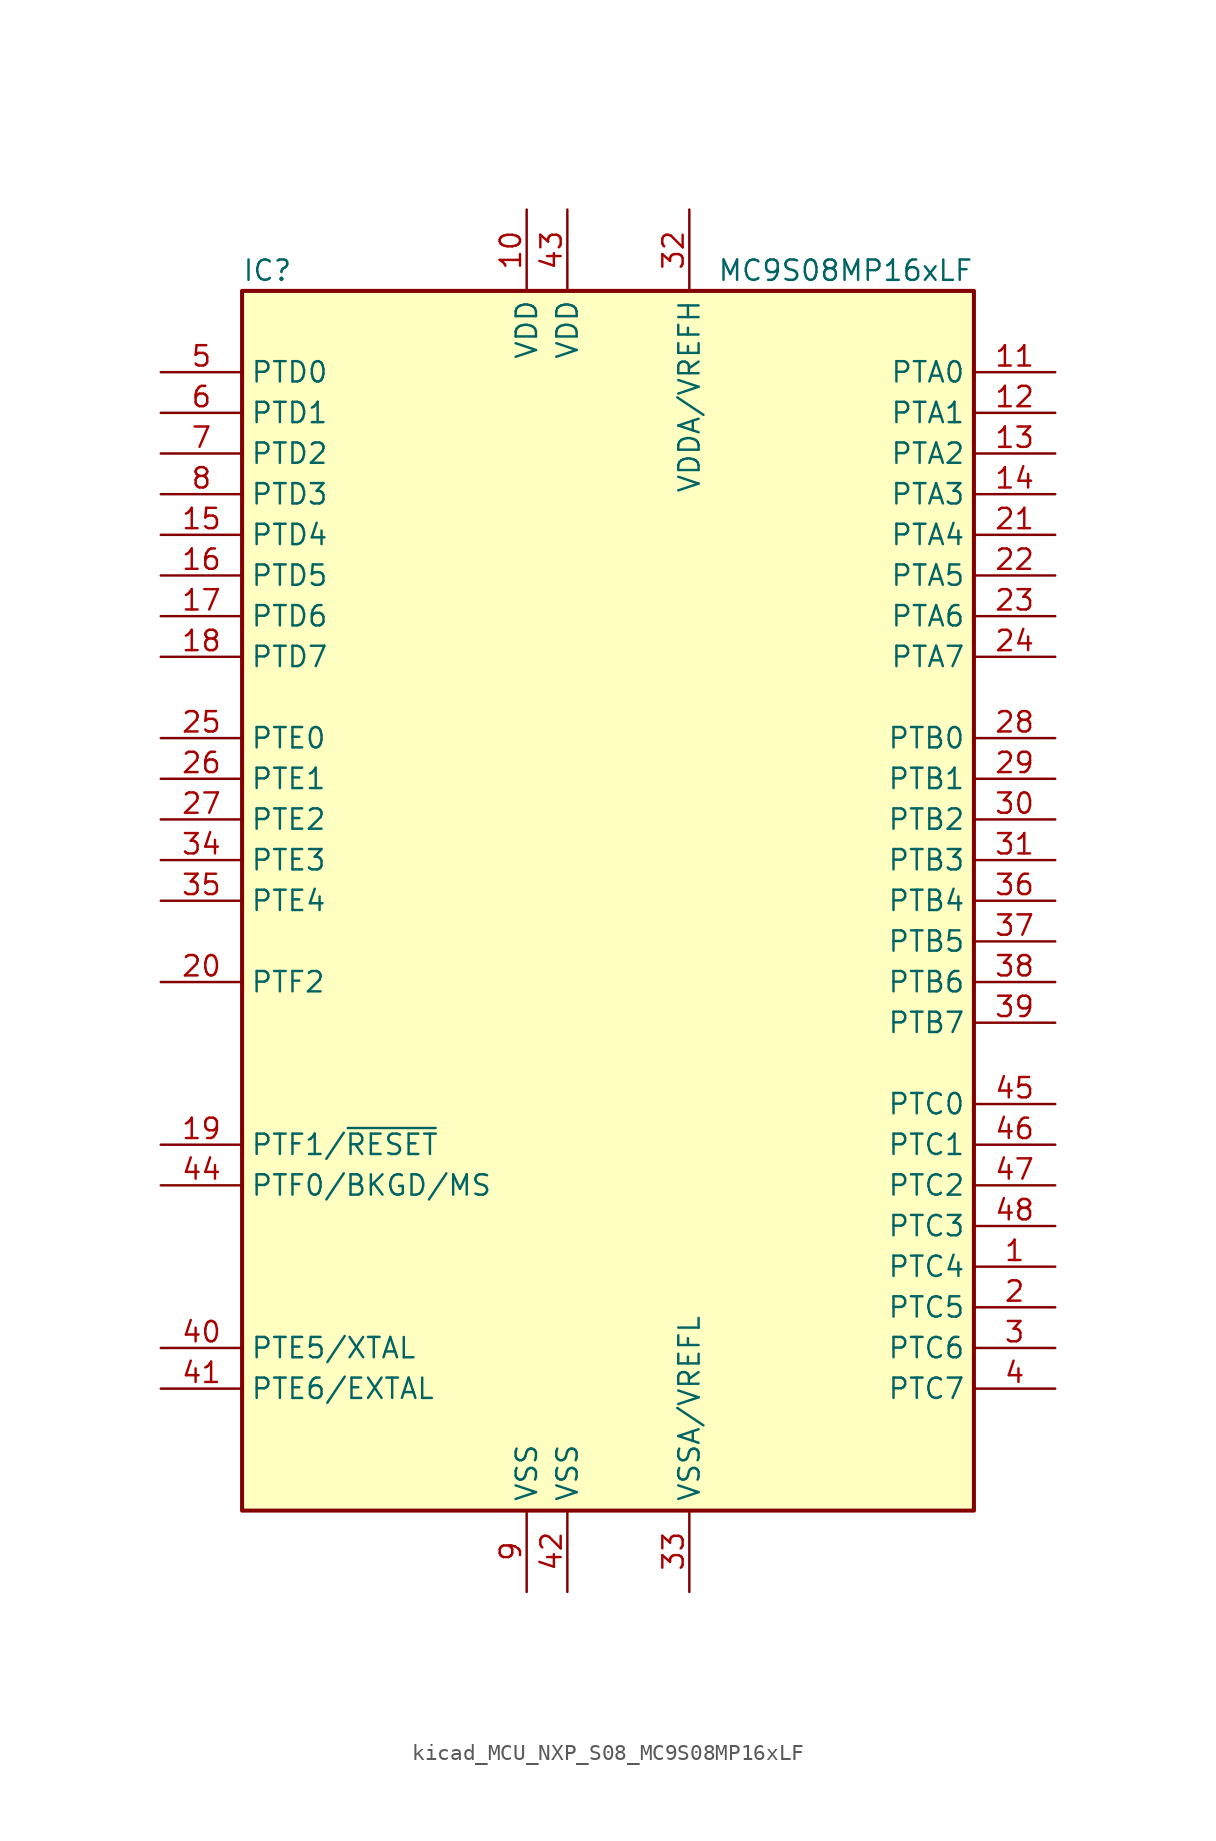
<source format=kicad_sym>
(kicad_symbol_lib
  (version 20220914)
  (generator kicad_symbol_editor)
  (symbol "kicad_MCU_NXP_S08_MC9S08MP16xLF"
    (property "Reference" "IC"
      (at -22.86 39.37 0)
      (effects (font (size 1.27 1.27)) (justify left)))
    (property "Value" "MC9S08MP16xLF"
      (at 22.86 39.37 0)
      (effects (font (size 1.27 1.27)) (justify right)))
    (symbol "kicad_MCU_NXP_S08_MC9S08MP16xLF_0_1"
      (rectangle (start -22.86 38.1) (end 22.86 -38.1) (stroke (width 0.254) (type default)) (fill (type background))))
    (symbol "kicad_MCU_NXP_S08_MC9S08MP16xLF_1_1"
      (pin bidirectional line (at 27.94 -22.86 180) (length 5.08) (name "PTC4" (effects (font (size 1.27 1.27)))) (number "1" (effects (font (size 1.27 1.27)))))
      (pin power_in line (at -5.08 43.18 270) (length 5.08) (name "VDD" (effects (font (size 1.27 1.27)))) (number "10" (effects (font (size 1.27 1.27)))))
      (pin bidirectional line (at 27.94 33.02 180) (length 5.08) (name "PTA0" (effects (font (size 1.27 1.27)))) (number "11" (effects (font (size 1.27 1.27)))))
      (pin bidirectional line (at 27.94 30.48 180) (length 5.08) (name "PTA1" (effects (font (size 1.27 1.27)))) (number "12" (effects (font (size 1.27 1.27)))))
      (pin bidirectional line (at 27.94 27.94 180) (length 5.08) (name "PTA2" (effects (font (size 1.27 1.27)))) (number "13" (effects (font (size 1.27 1.27)))))
      (pin bidirectional line (at 27.94 25.4 180) (length 5.08) (name "PTA3" (effects (font (size 1.27 1.27)))) (number "14" (effects (font (size 1.27 1.27)))))
      (pin bidirectional line (at -27.94 22.86 0) (length 5.08) (name "PTD4" (effects (font (size 1.27 1.27)))) (number "15" (effects (font (size 1.27 1.27)))))
      (pin bidirectional line (at -27.94 20.32 0) (length 5.08) (name "PTD5" (effects (font (size 1.27 1.27)))) (number "16" (effects (font (size 1.27 1.27)))))
      (pin bidirectional line (at -27.94 17.78 0) (length 5.08) (name "PTD6" (effects (font (size 1.27 1.27)))) (number "17" (effects (font (size 1.27 1.27)))))
      (pin bidirectional line (at -27.94 15.24 0) (length 5.08) (name "PTD7" (effects (font (size 1.27 1.27)))) (number "18" (effects (font (size 1.27 1.27)))))
      (pin bidirectional line (at -27.94 -15.24 0) (length 5.08) (name "PTF1/~{RESET}" (effects (font (size 1.27 1.27)))) (number "19" (effects (font (size 1.27 1.27)))))
      (pin bidirectional line (at 27.94 -25.4 180) (length 5.08) (name "PTC5" (effects (font (size 1.27 1.27)))) (number "2" (effects (font (size 1.27 1.27)))))
      (pin bidirectional line (at -27.94 -5.08 0) (length 5.08) (name "PTF2" (effects (font (size 1.27 1.27)))) (number "20" (effects (font (size 1.27 1.27)))))
      (pin bidirectional line (at 27.94 22.86 180) (length 5.08) (name "PTA4" (effects (font (size 1.27 1.27)))) (number "21" (effects (font (size 1.27 1.27)))))
      (pin bidirectional line (at 27.94 20.32 180) (length 5.08) (name "PTA5" (effects (font (size 1.27 1.27)))) (number "22" (effects (font (size 1.27 1.27)))))
      (pin bidirectional line (at 27.94 17.78 180) (length 5.08) (name "PTA6" (effects (font (size 1.27 1.27)))) (number "23" (effects (font (size 1.27 1.27)))))
      (pin bidirectional line (at 27.94 15.24 180) (length 5.08) (name "PTA7" (effects (font (size 1.27 1.27)))) (number "24" (effects (font (size 1.27 1.27)))))
      (pin bidirectional line (at -27.94 10.16 0) (length 5.08) (name "PTE0" (effects (font (size 1.27 1.27)))) (number "25" (effects (font (size 1.27 1.27)))))
      (pin bidirectional line (at -27.94 7.62 0) (length 5.08) (name "PTE1" (effects (font (size 1.27 1.27)))) (number "26" (effects (font (size 1.27 1.27)))))
      (pin bidirectional line (at -27.94 5.08 0) (length 5.08) (name "PTE2" (effects (font (size 1.27 1.27)))) (number "27" (effects (font (size 1.27 1.27)))))
      (pin bidirectional line (at 27.94 10.16 180) (length 5.08) (name "PTB0" (effects (font (size 1.27 1.27)))) (number "28" (effects (font (size 1.27 1.27)))))
      (pin bidirectional line (at 27.94 7.62 180) (length 5.08) (name "PTB1" (effects (font (size 1.27 1.27)))) (number "29" (effects (font (size 1.27 1.27)))))
      (pin bidirectional line (at 27.94 -27.94 180) (length 5.08) (name "PTC6" (effects (font (size 1.27 1.27)))) (number "3" (effects (font (size 1.27 1.27)))))
      (pin bidirectional line (at 27.94 5.08 180) (length 5.08) (name "PTB2" (effects (font (size 1.27 1.27)))) (number "30" (effects (font (size 1.27 1.27)))))
      (pin bidirectional line (at 27.94 2.54 180) (length 5.08) (name "PTB3" (effects (font (size 1.27 1.27)))) (number "31" (effects (font (size 1.27 1.27)))))
      (pin power_in line (at 5.08 43.18 270) (length 5.08) (name "VDDA/VREFH" (effects (font (size 1.27 1.27)))) (number "32" (effects (font (size 1.27 1.27)))))
      (pin power_in line (at 5.08 -43.18 90) (length 5.08) (name "VSSA/VREFL" (effects (font (size 1.27 1.27)))) (number "33" (effects (font (size 1.27 1.27)))))
      (pin bidirectional line (at -27.94 2.54 0) (length 5.08) (name "PTE3" (effects (font (size 1.27 1.27)))) (number "34" (effects (font (size 1.27 1.27)))))
      (pin bidirectional line (at -27.94 0 0) (length 5.08) (name "PTE4" (effects (font (size 1.27 1.27)))) (number "35" (effects (font (size 1.27 1.27)))))
      (pin bidirectional line (at 27.94 0 180) (length 5.08) (name "PTB4" (effects (font (size 1.27 1.27)))) (number "36" (effects (font (size 1.27 1.27)))))
      (pin bidirectional line (at 27.94 -2.54 180) (length 5.08) (name "PTB5" (effects (font (size 1.27 1.27)))) (number "37" (effects (font (size 1.27 1.27)))))
      (pin bidirectional line (at 27.94 -5.08 180) (length 5.08) (name "PTB6" (effects (font (size 1.27 1.27)))) (number "38" (effects (font (size 1.27 1.27)))))
      (pin bidirectional line (at 27.94 -7.62 180) (length 5.08) (name "PTB7" (effects (font (size 1.27 1.27)))) (number "39" (effects (font (size 1.27 1.27)))))
      (pin bidirectional line (at 27.94 -30.48 180) (length 5.08) (name "PTC7" (effects (font (size 1.27 1.27)))) (number "4" (effects (font (size 1.27 1.27)))))
      (pin bidirectional line (at -27.94 -27.94 0) (length 5.08) (name "PTE5/XTAL" (effects (font (size 1.27 1.27)))) (number "40" (effects (font (size 1.27 1.27)))))
      (pin bidirectional line (at -27.94 -30.48 0) (length 5.08) (name "PTE6/EXTAL" (effects (font (size 1.27 1.27)))) (number "41" (effects (font (size 1.27 1.27)))))
      (pin power_in line (at -2.54 -43.18 90) (length 5.08) (name "VSS" (effects (font (size 1.27 1.27)))) (number "42" (effects (font (size 1.27 1.27)))))
      (pin power_in line (at -2.54 43.18 270) (length 5.08) (name "VDD" (effects (font (size 1.27 1.27)))) (number "43" (effects (font (size 1.27 1.27)))))
      (pin bidirectional line (at -27.94 -17.78 0) (length 5.08) (name "PTF0/BKGD/MS" (effects (font (size 1.27 1.27)))) (number "44" (effects (font (size 1.27 1.27)))))
      (pin bidirectional line (at 27.94 -12.7 180) (length 5.08) (name "PTC0" (effects (font (size 1.27 1.27)))) (number "45" (effects (font (size 1.27 1.27)))))
      (pin bidirectional line (at 27.94 -15.24 180) (length 5.08) (name "PTC1" (effects (font (size 1.27 1.27)))) (number "46" (effects (font (size 1.27 1.27)))))
      (pin bidirectional line (at 27.94 -17.78 180) (length 5.08) (name "PTC2" (effects (font (size 1.27 1.27)))) (number "47" (effects (font (size 1.27 1.27)))))
      (pin bidirectional line (at 27.94 -20.32 180) (length 5.08) (name "PTC3" (effects (font (size 1.27 1.27)))) (number "48" (effects (font (size 1.27 1.27)))))
      (pin bidirectional line (at -27.94 33.02 0) (length 5.08) (name "PTD0" (effects (font (size 1.27 1.27)))) (number "5" (effects (font (size 1.27 1.27)))))
      (pin bidirectional line (at -27.94 30.48 0) (length 5.08) (name "PTD1" (effects (font (size 1.27 1.27)))) (number "6" (effects (font (size 1.27 1.27)))))
      (pin bidirectional line (at -27.94 27.94 0) (length 5.08) (name "PTD2" (effects (font (size 1.27 1.27)))) (number "7" (effects (font (size 1.27 1.27)))))
      (pin bidirectional line (at -27.94 25.4 0) (length 5.08) (name "PTD3" (effects (font (size 1.27 1.27)))) (number "8" (effects (font (size 1.27 1.27)))))
      (pin power_in line (at -5.08 -43.18 90) (length 5.08) (name "VSS" (effects (font (size 1.27 1.27)))) (number "9" (effects (font (size 1.27 1.27))))))))
</source>
